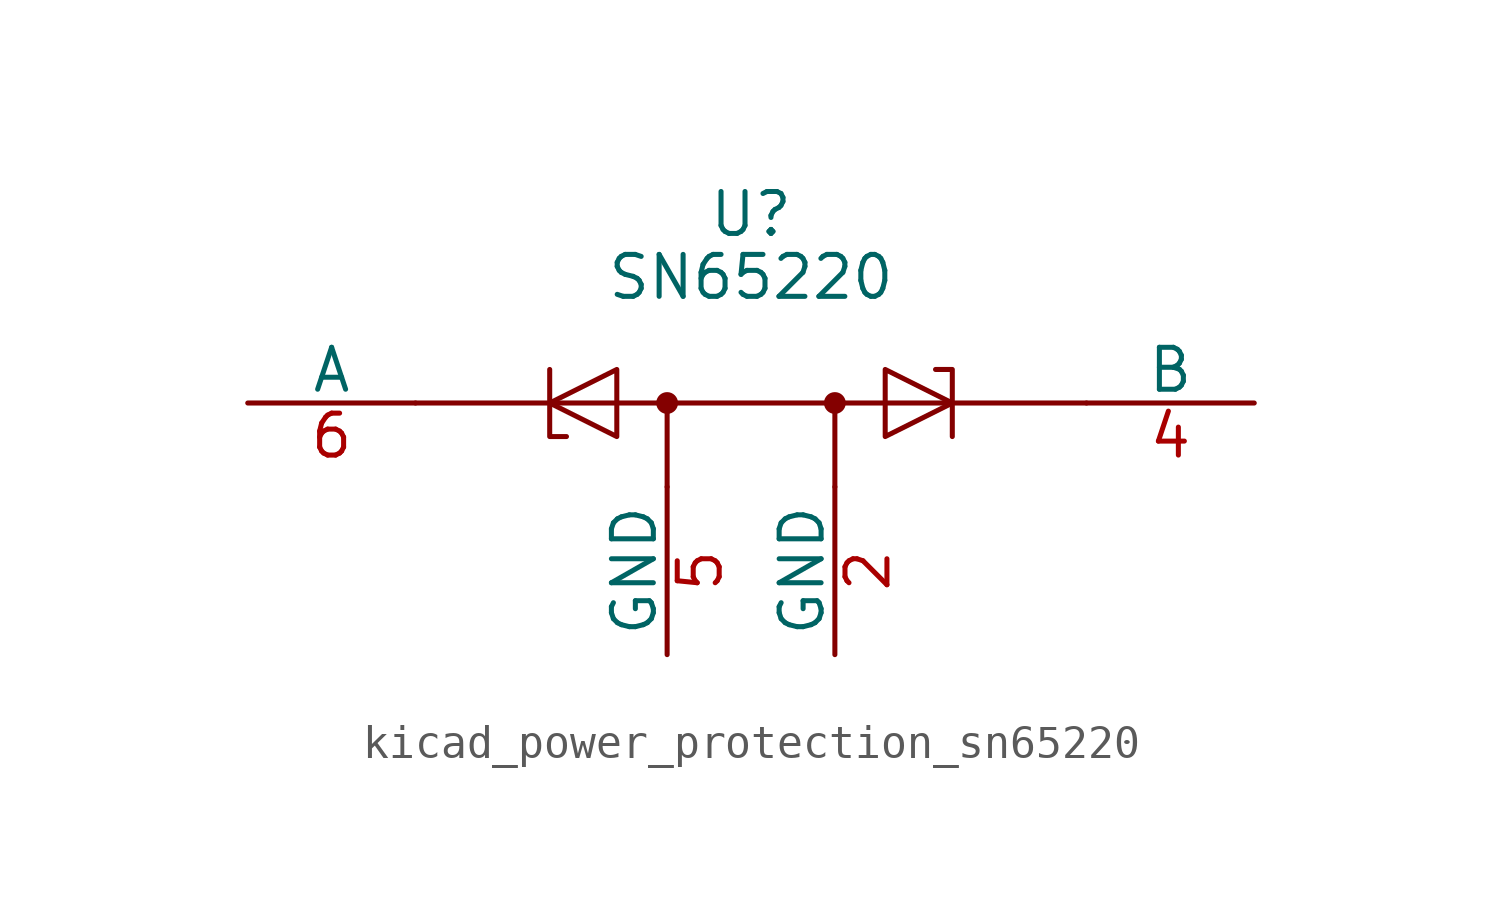
<source format=kicad_sym>
(kicad_symbol_lib
  (version 20220914)
  (generator kicad_symbol_editor)
  (symbol "kicad_power_protection_sn65220"
    (pin_names
      (offset 0))
    (property "Reference" "U"
      (at 0 5.715 0)
      (effects (font (size 1.27 1.27))))
    (property "Value" "SN65220"
      (at 0 3.81 0)
      (effects (font (size 1.27 1.27))))
    (symbol "kicad_power_protection_sn65220_0_1"
      (circle (center -2.54 0) (radius 0.254) (stroke (width 0) (type default)) (fill (type outline)))
      (polyline (pts (xy -2.54 -2.54) (xy -2.54 0)) (stroke (width 0) (type default)) (fill (type none)))
      (polyline (pts (xy 2.54 -2.54) (xy 2.54 0)) (stroke (width 0) (type default)) (fill (type none)))
      (polyline (pts (xy 10.16 0) (xy -10.16 0)) (stroke (width 0) (type default)) (fill (type none)))
      (polyline (pts (xy -5.588 -1.016) (xy -6.096 -1.016) (xy -6.096 1.016)) (stroke (width 0) (type default)) (fill (type none)))
      (polyline (pts (xy 5.588 1.016) (xy 6.096 1.016) (xy 6.096 -1.016)) (stroke (width 0) (type default)) (fill (type none)))
      (polyline (pts (xy -6.096 0) (xy -4.064 1.016) (xy -4.064 -1.016) (xy -6.096 0)) (stroke (width 0) (type default)) (fill (type none)))
      (polyline (pts (xy 6.096 0) (xy 4.064 1.016) (xy 4.064 -1.016) (xy 6.096 0)) (stroke (width 0) (type default)) (fill (type none)))
      (circle (center 2.54 0) (radius 0.254) (stroke (width 0) (type default)) (fill (type outline))))
    (symbol "kicad_power_protection_sn65220_1_1"
      (pin no_connect line (at 2.54 0 180) (length 2.54) hide (name "~" (effects (font (size 1.27 1.27)))) (number "1" (effects (font (size 1.27 1.27)))))
      (pin passive line (at 2.54 -7.62 90) (length 5.08) (name "GND" (effects (font (size 1.27 1.27)))) (number "2" (effects (font (size 1.27 1.27)))))
      (pin no_connect line (at -2.54 0 0) (length 2.54) hide (name "~" (effects (font (size 1.27 1.27)))) (number "3" (effects (font (size 1.27 1.27)))))
      (pin passive line (at 15.24 0 180) (length 5.08) (name "B" (effects (font (size 1.27 1.27)))) (number "4" (effects (font (size 1.27 1.27)))))
      (pin passive line (at -2.54 -7.62 90) (length 5.08) (name "GND" (effects (font (size 1.27 1.27)))) (number "5" (effects (font (size 1.27 1.27)))))
      (pin passive line (at -15.24 0 0) (length 5.08) (name "A" (effects (font (size 1.27 1.27)))) (number "6" (effects (font (size 1.27 1.27))))))))
</source>
